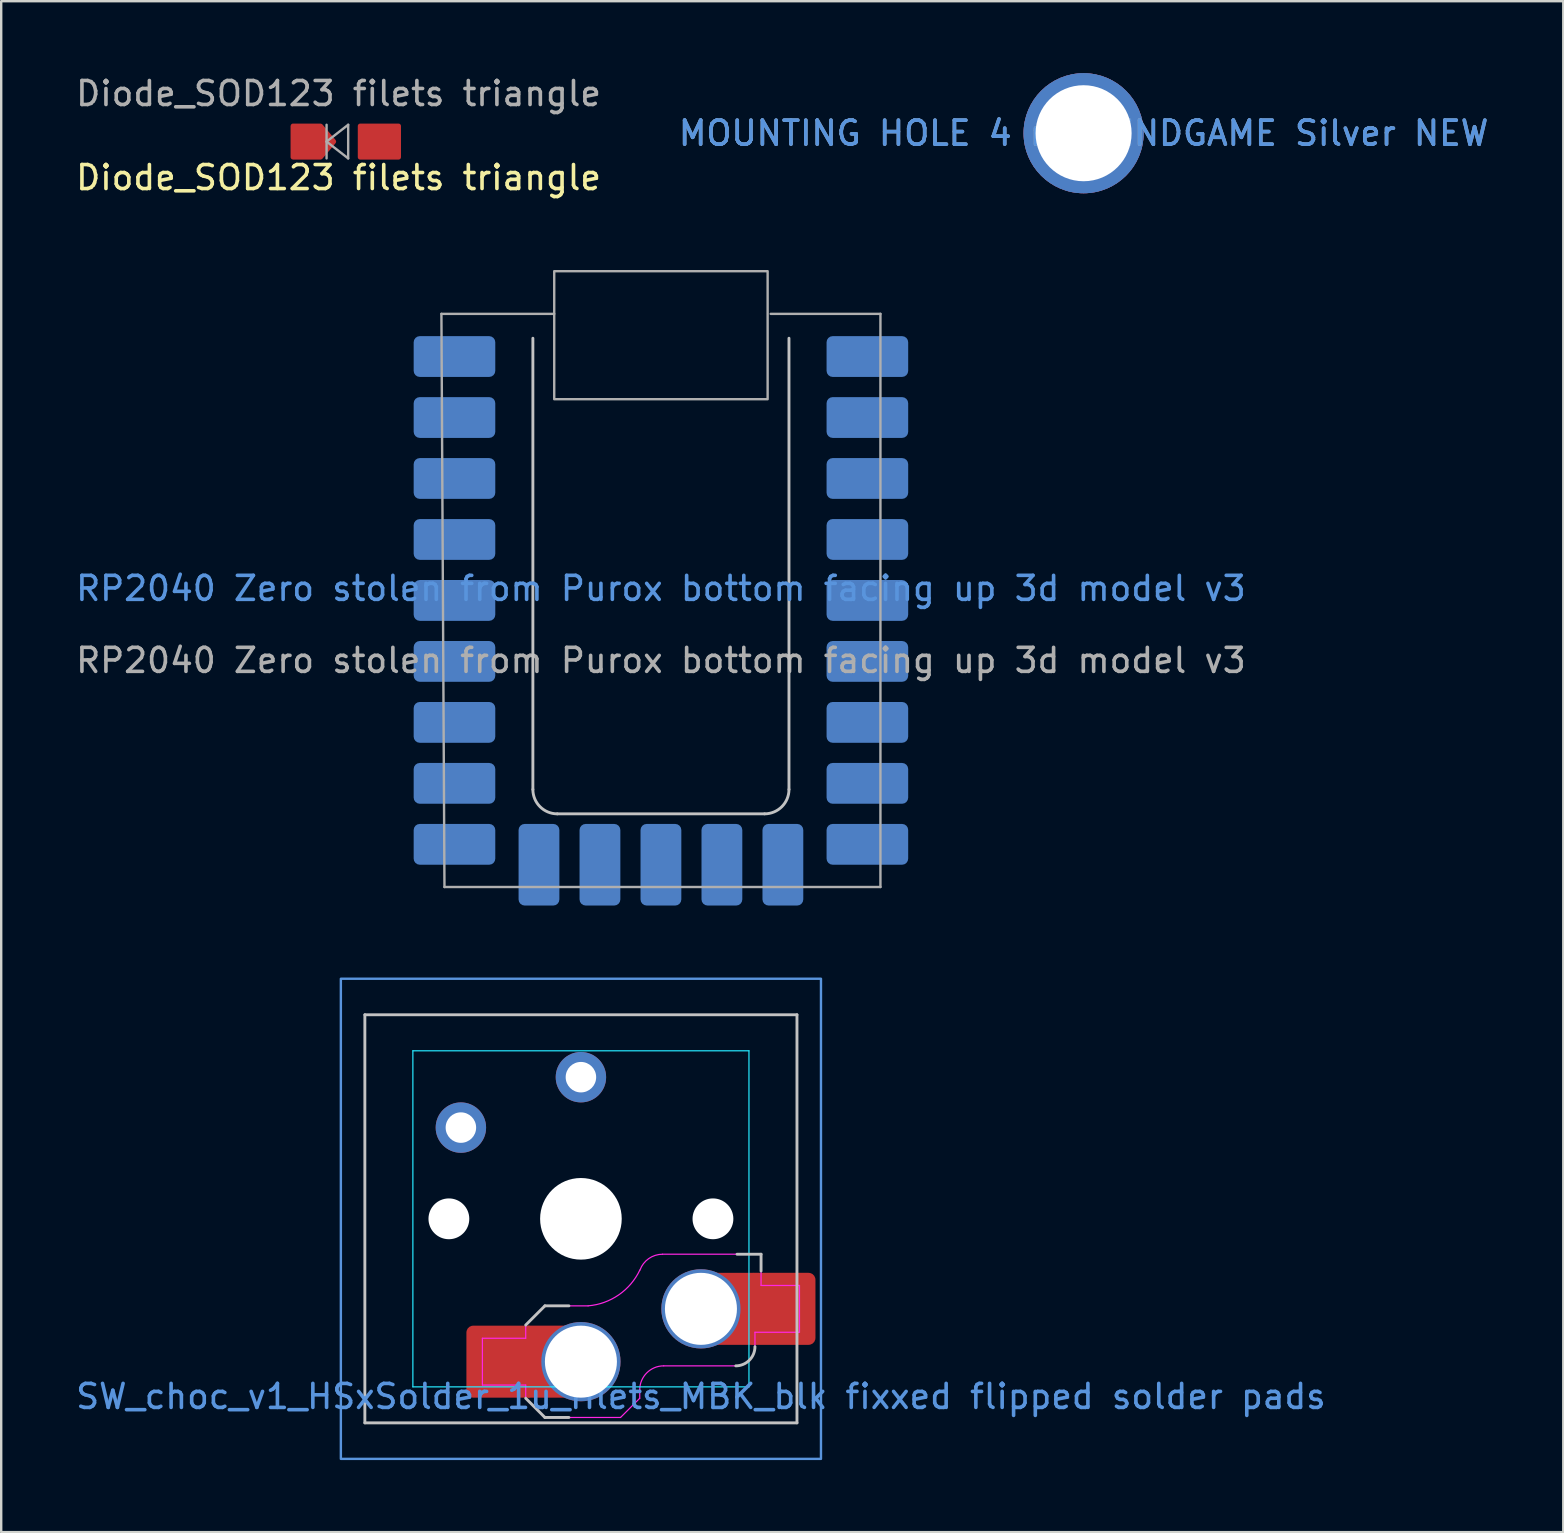
<source format=kicad_pcb>
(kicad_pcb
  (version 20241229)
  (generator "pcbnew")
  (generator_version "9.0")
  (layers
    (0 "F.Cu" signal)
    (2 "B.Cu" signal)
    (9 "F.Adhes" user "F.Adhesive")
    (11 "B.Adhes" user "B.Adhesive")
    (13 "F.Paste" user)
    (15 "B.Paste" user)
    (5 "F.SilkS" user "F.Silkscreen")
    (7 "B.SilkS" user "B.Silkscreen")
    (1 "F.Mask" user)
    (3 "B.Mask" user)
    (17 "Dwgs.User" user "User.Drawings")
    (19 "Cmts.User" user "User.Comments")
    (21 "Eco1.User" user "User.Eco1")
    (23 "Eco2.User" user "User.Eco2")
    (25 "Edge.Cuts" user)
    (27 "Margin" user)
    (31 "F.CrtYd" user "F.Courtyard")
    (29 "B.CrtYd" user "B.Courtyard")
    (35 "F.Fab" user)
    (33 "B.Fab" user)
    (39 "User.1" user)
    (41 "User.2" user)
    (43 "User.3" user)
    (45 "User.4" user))
  (footprint "Diode_SOD123 filets triangle"
    (placed yes)
    (layer "F.Cu")
    (at 11.054 2.848)
    (property "Reference" "Diode_SOD123 filets triangle" (at -0.000002 1.5 0) (layer "F.SilkS") (effects (font (size 1 1) (thickness 0.15))))
    (attr through_hole)
    (fp_line (start -0.5 -0.7) (end -0.5 0.7) (stroke (width 0.1) (type solid)) (layer "F.Fab"))
    (fp_line (start -0.5 0) (end 0.4 -0.7) (stroke (width 0.1) (type solid)) (layer "F.Fab"))
    (fp_line (start 0.4 -0.7) (end 0.4 0.7) (stroke (width 0.1) (type solid)) (layer "F.Fab"))
    (fp_line (start 0.4 0.7) (end -0.5 0) (stroke (width 0.1) (type solid)) (layer "F.Fab"))
    (fp_text user "${REFERENCE}" (at 0 -2 0) (layer "F.Fab") (effects (font (size 1 1) (thickness 0.15))))
    (pad "1" smd custom (at -1.45 0 180.2) (size 0.8 0.9) (layers "F.Cu" "F.Mask" "F.Paste") (options (anchor rect)) (primitives (gr_poly (pts (xy 0.448 0.652) (xy -0.702 0.648) (xy -1.25 -0.004) (xy -0.698 -0.652) (xy 0.452 -0.648)) (width 0.2) (fill yes))))
    (pad "2" smd roundrect (at 1.7 0 180) (size 1.8 1.5) (layers "F.Cu" "F.Mask" "F.Paste") (roundrect_rratio 0.067)))
  (footprint "SW_choc_v1_HSxSolder_1u_filets_MBK_blk fixxed flipped solder pads"
    (layer "F.Cu")
    (at 21.149 47.722)
    (property "Reference" "SW_choc_v1_HSxSolder_1u_filets_MBK_blk fixxed flipped solder pads" (at 5 7.4 0) (layer "Cmts.User") (effects (font (size 1 1) (thickness 0.15))))
    (attr smd)
    (fp_line (start -9 -8.5) (end 9 -8.5) (stroke (width 0.12) (type solid)) (layer "Dwgs.User"))
    (fp_line (start -9 8.5) (end -9 -8.5) (stroke (width 0.12) (type solid)) (layer "Dwgs.User"))
    (fp_line (start -2.3 4.425) (end -1.5 3.625) (stroke (width 0.12) (type solid)) (layer "Dwgs.User"))
    (fp_line (start -1.5 8.275) (end -2.3 7.475) (stroke (width 0.12) (type solid)) (layer "Dwgs.User"))
    (fp_line (start -0.5 3.625) (end -1.5 3.625) (stroke (width 0.12) (type solid)) (layer "Dwgs.User"))
    (fp_line (start -0.5 8.275) (end -1.5 8.275) (stroke (width 0.12) (type solid)) (layer "Dwgs.User"))
    (fp_line (start 6.504 1.475) (end 7.504 1.475) (stroke (width 0.12) (type solid)) (layer "Dwgs.User"))
    (fp_line (start 7.504 2.175) (end 7.504 1.475) (stroke (width 0.12) (type solid)) (layer "Dwgs.User"))
    (fp_line (start 9 -8.5) (end 9 8.5) (stroke (width 0.12) (type solid)) (layer "Dwgs.User"))
    (fp_line (start 9 8.5) (end -9 8.5) (stroke (width 0.12) (type solid)) (layer "Dwgs.User"))
    (fp_arc (start 7.25 5.325) (mid 7.015685 5.890685) (end 6.45 6.125) (stroke (width 0.12) (type solid)) (layer "Dwgs.User"))
    (fp_poly (pts (xy -10 -10) (xy 10 -10) (xy 10 10) (xy -10 10)) (stroke (width 0.1) (type default)) (fill no) (layer "Cmts.User"))
    (fp_line (start -6.95 6.45) (end -6.95 -6.45) (stroke (width 0.05) (type solid)) (layer "Eco2.User"))
    (fp_line (start -6.45 -6.95) (end 6.45 -6.95) (stroke (width 0.05) (type solid)) (layer "Eco2.User"))
    (fp_line (start 6.45 6.95) (end -6.45 6.95) (stroke (width 0.05) (type solid)) (layer "Eco2.User"))
    (fp_line (start 6.95 -6.45) (end 6.95 6.45) (stroke (width 0.05) (type solid)) (layer "Eco2.User"))
    (fp_arc (start -6.95 -6.45) (mid -6.803553 -6.803553) (end -6.45 -6.95) (stroke (width 0.05) (type solid)) (layer "Eco2.User"))
    (fp_arc (start -6.45 6.95) (mid -6.803553 6.803553) (end -6.95 6.45) (stroke (width 0.05) (type solid)) (layer "Eco2.User"))
    (fp_arc (start 6.45 -6.95) (mid 6.803553 -6.803553) (end 6.95 -6.45) (stroke (width 0.05) (type solid)) (layer "Eco2.User"))
    (fp_arc (start 6.95 6.45) (mid 6.803553 6.803553) (end 6.45 6.95) (stroke (width 0.05) (type solid)) (layer "Eco2.User"))
    (fp_line (start -7 -7) (end 7 -7) (stroke (width 0.05) (type solid)) (layer "B.CrtYd"))
    (fp_line (start -7 7) (end -7 -7) (stroke (width 0.05) (type solid)) (layer "B.CrtYd"))
    (fp_line (start 7 -7) (end 7 7) (stroke (width 0.05) (type solid)) (layer "B.CrtYd"))
    (fp_line (start 7 7) (end -7 7) (stroke (width 0.05) (type solid)) (layer "B.CrtYd"))
    (fp_line (start -4.104 6.925) (end -4.104 4.975) (stroke (width 0.05) (type solid)) (layer "F.CrtYd"))
    (fp_line (start -2.3 4.425) (end -2.3 4.975) (stroke (width 0.05) (type solid)) (layer "F.CrtYd"))
    (fp_line (start -2.3 4.425) (end -1.5 3.625) (stroke (width 0.05) (type solid)) (layer "F.CrtYd"))
    (fp_line (start -2.3 4.975) (end -4.104 4.975) (stroke (width 0.05) (type solid)) (layer "F.CrtYd"))
    (fp_line (start -2.3 6.925) (end -4.104 6.925) (stroke (width 0.05) (type solid)) (layer "F.CrtYd"))
    (fp_line (start -2.3 6.925) (end -2.3 7.475) (stroke (width 0.05) (type solid)) (layer "F.CrtYd"))
    (fp_line (start -1.5 8.275) (end -2.3 7.475) (stroke (width 0.05) (type solid)) (layer "F.CrtYd"))
    (fp_line (start 0.3 3.625) (end -1.5 3.625) (stroke (width 0.05) (type solid)) (layer "F.CrtYd"))
    (fp_line (start 1.65 8.275) (end -1.5 8.275) (stroke (width 0.05) (type solid)) (layer "F.CrtYd"))
    (fp_line (start 1.65 8.275) (end 2.45 7.475) (stroke (width 0.05) (type solid)) (layer "F.CrtYd"))
    (fp_line (start 2.45 7.125) (end 2.45 7.475) (stroke (width 0.05) (type solid)) (layer "F.CrtYd"))
    (fp_line (start 3.4 1.475) (end 7.504 1.475) (stroke (width 0.05) (type solid)) (layer "F.CrtYd"))
    (fp_line (start 6.45 6.125) (end 3.45 6.125) (stroke (width 0.05) (type solid)) (layer "F.CrtYd"))
    (fp_line (start 7.25 4.725) (end 7.25 5.325) (stroke (width 0.05) (type solid)) (layer "F.CrtYd"))
    (fp_line (start 7.504 2.175) (end 7.504 1.475) (stroke (width 0.05) (type solid)) (layer "F.CrtYd"))
    (fp_line (start 7.504 2.775) (end 7.504 2.175) (stroke (width 0.05) (type solid)) (layer "F.CrtYd"))
    (fp_line (start 7.504 2.775) (end 9.104 2.775) (stroke (width 0.05) (type solid)) (layer "F.CrtYd"))
    (fp_line (start 9.104 2.775) (end 9.104 4.725) (stroke (width 0.05) (type solid)) (layer "F.CrtYd"))
    (fp_line (start 9.104 4.725) (end 7.25 4.725) (stroke (width 0.05) (type solid)) (layer "F.CrtYd"))
    (fp_arc (start 2.45 7.125) (mid 2.742893 6.417893) (end 3.45 6.125) (stroke (width 0.05) (type solid)) (layer "F.CrtYd"))
    (fp_arc (start 2.455444 2.13293) (mid 1.577272 3.167236) (end 0.299999 3.624999) (stroke (width 0.05) (type solid)) (layer "F.CrtYd"))
    (fp_arc (start 2.460307 2.13298) (mid 2.826423 1.655848) (end 3.4 1.475) (stroke (width 0.05) (type solid)) (layer "F.CrtYd"))
    (fp_arc (start 7.25 5.325) (mid 7.015685 5.890685) (end 6.45 6.125) (stroke (width 0.05) (type solid)) (layer "F.CrtYd"))
    (pad "" np_thru_hole circle (at -5.5 0 180) (size 1.7 1.7) (drill 1.7) (layers "*.Cu" "*.Mask"))
    (pad "" np_thru_hole circle (at 0 0 180) (size 3.4 3.4) (drill 3.4) (layers "*.Cu" "*.Mask"))
    (pad "" np_thru_hole circle (at 5.5 0 180) (size 1.7 1.7) (drill 1.7) (layers "*.Cu" "*.Mask"))
    (pad "1" thru_hole circle (at 0 -5.9) (size 2.1 2.1) (drill 1.27) (layers "*.Cu" "F.Mask"))
    (pad "1" thru_hole circle (at 5 3.75) (size 3.3 3.3) (drill 3) (layers "*.Cu" "F.Mask"))
    (pad "1" smd rect (at 6.4 3.75) (size 1.6 3) (layers "F.Cu"))
    (pad "1" smd roundrect (at 8.345 3.75) (size 2.85 3) (layers "F.Cu" "F.Mask" "F.Paste") (roundrect_rratio 0.1))
    (pad "2" thru_hole circle (at -5 -3.8) (size 2.1 2.1) (drill 1.27) (layers "*.Cu" "F.Mask"))
    (pad "2" smd roundrect (at -3.345 5.95) (size 2.85 3) (layers "F.Cu" "F.Mask" "F.Paste") (roundrect_rratio 0.1))
    (pad "2" smd rect (at -1.4 5.95 180) (size 1.6 3) (layers "F.Cu"))
    (pad "2" thru_hole circle (at 0 5.95) (size 3.3 3.3) (drill 3) (layers "*.Cu" "F.Mask")))
  (footprint "RP2040 Zero stolen from Purox bottom facing up 3d model v3"
    (layer "F.Cu")
    (at 24.482 20.538)
    (property "Reference" "RP2040 Zero stolen from Purox bottom facing up 3d model v3" (at 0 0.924 0) (unlocked yes) (layer "Cmts.User") (effects (font (size 1 1) (thickness 0.15))))
    (attr through_hole)
    (fp_line (start -5.334 -9.498) (end -5.334 9.298) (stroke (width 0.12) (type default)) (layer "Dwgs.User"))
    (fp_line (start -4.318 10.314) (end 4.318 10.314) (stroke (width 0.12) (type default)) (layer "Dwgs.User"))
    (fp_line (start 5.334 9.298) (end 5.334 -9.498) (stroke (width 0.12) (type default)) (layer "Dwgs.User"))
    (fp_arc (start -4.318 10.314) (mid -5.03642 10.01642) (end -5.334 9.298) (stroke (width 0.12) (type default)) (layer "Dwgs.User"))
    (fp_arc (start 5.334 9.298) (mid 5.03642 10.01642) (end 4.318 10.314) (stroke (width 0.12) (type default)) (layer "Dwgs.User"))
    (fp_line (start -9.144 -10.514) (end -4.445 -10.514) (stroke (width 0.1) (type default)) (layer "F.Fab"))
    (fp_line (start -9.017 13.362) (end -9.144 -10.514) (stroke (width 0.1) (type default)) (layer "F.Fab"))
    (fp_line (start 4.572 -10.514) (end 9.144 -10.514) (stroke (width 0.1) (type default)) (layer "F.Fab"))
    (fp_line (start 9.144 -10.514) (end 9.144 13.362) (stroke (width 0.1) (type default)) (layer "F.Fab"))
    (fp_line (start 9.144 13.362) (end -9.017 13.362) (stroke (width 0.1) (type default)) (layer "F.Fab"))
    (fp_rect (start -4.445 -12.292) (end 4.445 -6.958) (stroke (width 0.1) (type default)) (fill no) (layer "F.Fab"))
    (fp_text user "${REFERENCE}" (at 0 3.924 0) (unlocked yes) (layer "F.Fab") (effects (font (size 1 1) (thickness 0.15))))
    (pad "1" smd roundrect (at -8.6 -8.736) (size 3.4 1.7) (layers "B.Cu" "B.Mask" "B.Paste") (roundrect_rratio 0.15))
    (pad "2" smd roundrect (at -8.6 -6.196) (size 3.4 1.7) (layers "B.Cu" "B.Mask" "B.Paste") (roundrect_rratio 0.15))
    (pad "3" smd roundrect (at -8.6 -3.656) (size 3.4 1.7) (layers "B.Cu" "B.Mask" "B.Paste") (roundrect_rratio 0.15))
    (pad "4" smd roundrect (at -8.6 -1.116) (size 3.4 1.7) (layers "B.Cu" "B.Mask" "B.Paste") (roundrect_rratio 0.15))
    (pad "5" smd roundrect (at -8.6 1.424) (size 3.4 1.7) (layers "B.Cu" "B.Mask" "B.Paste") (roundrect_rratio 0.15))
    (pad "6" smd roundrect (at -8.6 3.964) (size 3.4 1.7) (layers "B.Cu" "B.Mask" "B.Paste") (roundrect_rratio 0.15))
    (pad "7" smd roundrect (at -8.6 6.504) (size 3.4 1.7) (layers "B.Cu" "B.Mask" "B.Paste") (roundrect_rratio 0.15))
    (pad "8" smd roundrect (at -8.6 9.044) (size 3.4 1.7) (layers "B.Cu" "B.Mask" "B.Paste") (roundrect_rratio 0.15))
    (pad "9" smd roundrect (at -8.6 11.584) (size 3.4 1.7) (layers "B.Cu" "B.Mask" "B.Paste") (roundrect_rratio 0.15))
    (pad "10" smd roundrect (at 8.6 -8.736) (size 3.4 1.7) (layers "B.Cu" "B.Mask" "B.Paste") (roundrect_rratio 0.15))
    (pad "11" smd roundrect (at 8.6 -6.196) (size 3.4 1.7) (layers "B.Cu" "B.Mask" "B.Paste") (roundrect_rratio 0.15))
    (pad "12" smd roundrect (at 8.6 -3.656) (size 3.4 1.7) (layers "B.Cu" "B.Mask" "B.Paste") (roundrect_rratio 0.15))
    (pad "13" smd roundrect (at 8.6 -1.116) (size 3.4 1.7) (layers "B.Cu" "B.Mask" "B.Paste") (roundrect_rratio 0.15))
    (pad "14" smd roundrect (at 8.6 1.424) (size 3.4 1.7) (layers "B.Cu" "B.Mask" "B.Paste") (roundrect_rratio 0.15))
    (pad "15" smd roundrect (at 8.6 3.964) (size 3.4 1.7) (layers "B.Cu" "B.Mask" "B.Paste") (roundrect_rratio 0.15))
    (pad "16" smd roundrect (at 8.6 6.504) (size 3.4 1.7) (layers "B.Cu" "B.Mask" "B.Paste") (roundrect_rratio 0.15))
    (pad "17" smd roundrect (at 8.6 9.044) (size 3.4 1.7) (layers "B.Cu" "B.Mask" "B.Paste") (roundrect_rratio 0.15))
    (pad "18" smd roundrect (at 8.6 11.584) (size 3.4 1.7) (layers "B.Cu" "B.Mask" "B.Paste") (roundrect_rratio 0.15))
    (pad "19" smd roundrect (at -5.08 12.434 270) (size 3.4 1.7) (layers "B.Cu" "B.Mask" "B.Paste") (roundrect_rratio 0.15))
    (pad "20" smd roundrect (at -2.54 12.434 270) (size 3.4 1.7) (layers "B.Cu" "B.Mask" "B.Paste") (roundrect_rratio 0.15))
    (pad "21" smd roundrect (at 0 12.434 270) (size 3.4 1.7) (layers "B.Cu" "B.Mask" "B.Paste") (roundrect_rratio 0.15))
    (pad "22" smd roundrect (at 2.54 12.434 270) (size 3.4 1.7) (layers "B.Cu" "B.Mask" "B.Paste") (roundrect_rratio 0.15))
    (pad "23" smd roundrect (at 5.08 12.434 270) (size 3.4 1.7) (layers "B.Cu" "B.Mask" "B.Paste") (roundrect_rratio 0.15)))
  (footprint "MOUNTING HOLE 4 mm ENDGAME Silver NEW"
    (layer "F.Cu")
    (at 42.089 2.5)
    (property "Reference" "MOUNTING HOLE 4 mm ENDGAME Silver NEW" (at 0 0 0) (layer "Cmts.User") (effects (font (size 1 1) (thickness 0.15))))
    (attr board_only exclude_from_pos_files exclude_from_bom)
    (fp_text user "${REFERENCE}" (at 0 0 0) (layer "F.Fab") (effects (font (size 1 1) (thickness 0.15))))
    (pad "1" connect circle (at 0 0) (size 5 5) (layers "F.Cu" "F.Mask"))
    (pad "1" thru_hole circle (at 0 0) (size 5 5) (drill 4) (layers "*.Cu" "*.Mask"))
    (pad "1" connect circle (at 0 0) (size 5 5) (layers "B.Cu" "B.Mask")))
  (gr_rect
    (start -3 -3)
    (end 62.071 60.773)
    (stroke (width 0.1) (type default))
    (fill no)
    (layer "Edge.Cuts")))
</source>
